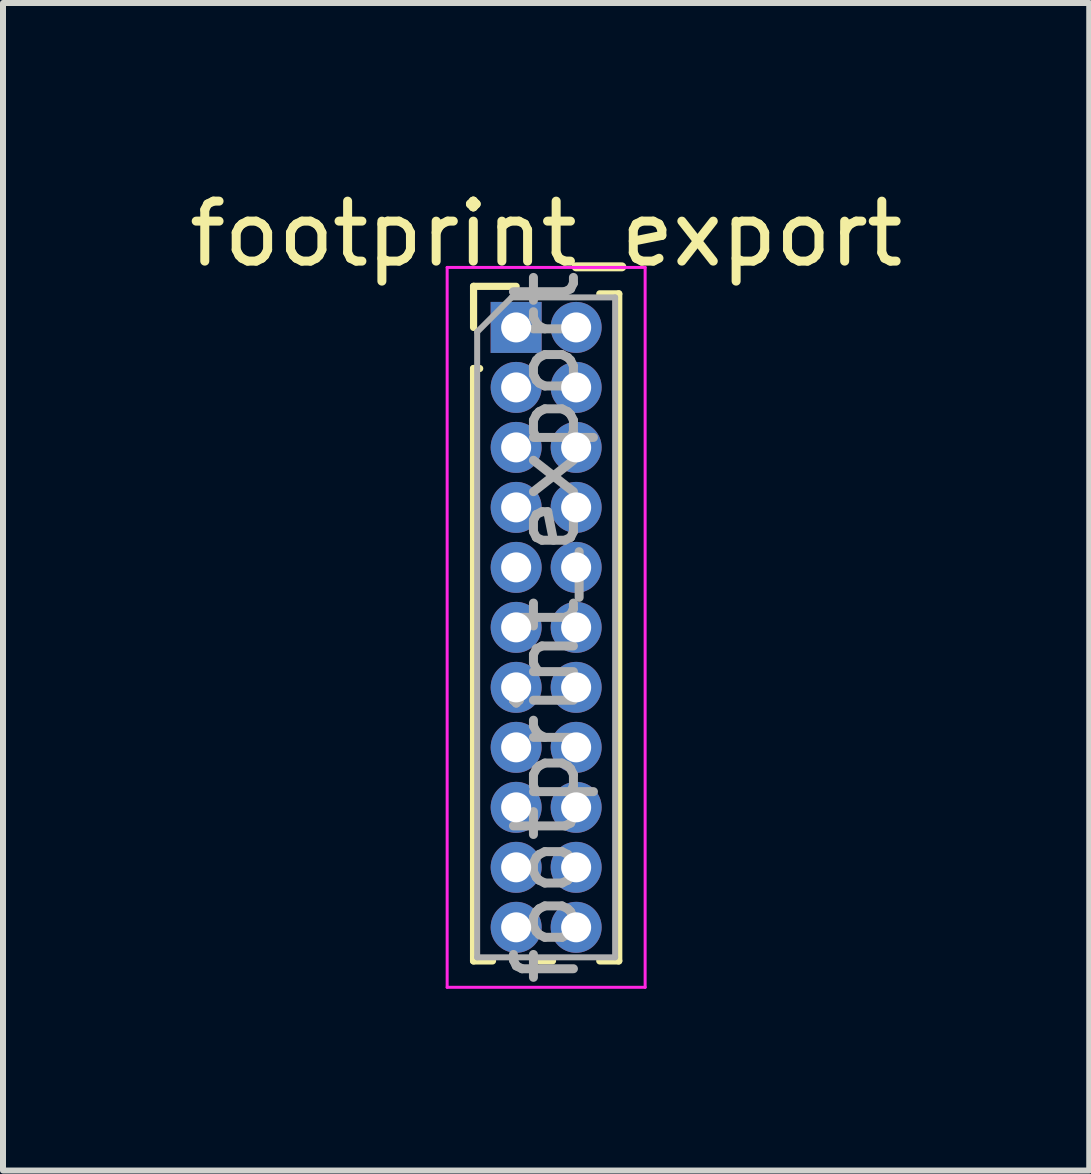
<source format=kicad_pcb>
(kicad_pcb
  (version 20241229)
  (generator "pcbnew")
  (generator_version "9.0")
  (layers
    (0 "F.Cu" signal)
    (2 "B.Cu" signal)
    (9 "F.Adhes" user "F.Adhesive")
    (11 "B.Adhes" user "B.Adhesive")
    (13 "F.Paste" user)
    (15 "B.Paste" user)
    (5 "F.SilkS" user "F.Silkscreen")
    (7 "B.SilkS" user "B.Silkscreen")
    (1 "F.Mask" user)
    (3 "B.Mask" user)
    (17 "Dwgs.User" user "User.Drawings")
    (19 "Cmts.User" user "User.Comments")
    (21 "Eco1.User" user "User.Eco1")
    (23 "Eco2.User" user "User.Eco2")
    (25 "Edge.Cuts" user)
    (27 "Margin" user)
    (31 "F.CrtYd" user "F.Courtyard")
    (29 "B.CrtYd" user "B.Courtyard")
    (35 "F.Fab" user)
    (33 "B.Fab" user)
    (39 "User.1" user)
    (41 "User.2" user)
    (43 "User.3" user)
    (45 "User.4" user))
  (footprint "footprint_export"
    (layer "F.Cu")
    (at 5.554 2.408)
    (property "Reference" "footprint_export" (at 0.5 -1.56 0) (layer "F.SilkS") (effects (font (size 1 1) (thickness 0.15))))
    (attr through_hole)
    (fp_line (start -0.71 -0.685) (end 0 -0.685) (stroke (width 0.12) (type solid)) (layer "F.SilkS"))
    (fp_line (start -0.71 0) (end -0.71 -0.685) (stroke (width 0.12) (type solid)) (layer "F.SilkS"))
    (fp_line (start -0.71 0.685) (end -0.71 10.56) (stroke (width 0.12) (type solid)) (layer "F.SilkS"))
    (fp_line (start -0.71 0.685) (end -0.608 0.685) (stroke (width 0.12) (type solid)) (layer "F.SilkS"))
    (fp_line (start -0.71 10.56) (end -0.394 10.56) (stroke (width 0.12) (type solid)) (layer "F.SilkS"))
    (fp_line (start 0.394 10.56) (end 0.606 10.56) (stroke (width 0.12) (type solid)) (layer "F.SilkS"))
    (fp_line (start 1.394 -0.56) (end 1.71 -0.56) (stroke (width 0.12) (type solid)) (layer "F.SilkS"))
    (fp_line (start 1.394 10.56) (end 1.71 10.56) (stroke (width 0.12) (type solid)) (layer "F.SilkS"))
    (fp_line (start 1.71 -0.56) (end 1.71 10.56) (stroke (width 0.12) (type solid)) (layer "F.SilkS"))
    (fp_line (start -1.15 -1) (end -1.15 11) (stroke (width 0.05) (type solid)) (layer "F.CrtYd"))
    (fp_line (start -1.15 11) (end 2.15 11) (stroke (width 0.05) (type solid)) (layer "F.CrtYd"))
    (fp_line (start 2.15 -1) (end -1.15 -1) (stroke (width 0.05) (type solid)) (layer "F.CrtYd"))
    (fp_line (start 2.15 11) (end 2.15 -1) (stroke (width 0.05) (type solid)) (layer "F.CrtYd"))
    (fp_line (start -0.65 0.075) (end -0.075 -0.5) (stroke (width 0.1) (type solid)) (layer "F.Fab"))
    (fp_line (start -0.65 10.5) (end -0.65 0.075) (stroke (width 0.1) (type solid)) (layer "F.Fab"))
    (fp_line (start -0.075 -0.5) (end 1.65 -0.5) (stroke (width 0.1) (type solid)) (layer "F.Fab"))
    (fp_line (start 1.65 -0.5) (end 1.65 10.5) (stroke (width 0.1) (type solid)) (layer "F.Fab"))
    (fp_line (start 1.65 10.5) (end -0.65 10.5) (stroke (width 0.1) (type solid)) (layer "F.Fab"))
    (fp_text user "${REFERENCE}" (at 0.5 5 90) (layer "F.Fab") (effects (font (size 1 1) (thickness 0.15))))
    (pad "1" thru_hole rect (at 0 0) (size 0.85 0.85) (drill 0.5) (layers "*.Cu" "*.Mask"))
    (pad "2" thru_hole oval (at 1 0) (size 0.85 0.85) (drill 0.5) (layers "*.Cu" "*.Mask"))
    (pad "3" thru_hole oval (at 0 1) (size 0.85 0.85) (drill 0.5) (layers "*.Cu" "*.Mask"))
    (pad "4" thru_hole oval (at 1 1) (size 0.85 0.85) (drill 0.5) (layers "*.Cu" "*.Mask"))
    (pad "5" thru_hole oval (at 0 2) (size 0.85 0.85) (drill 0.5) (layers "*.Cu" "*.Mask"))
    (pad "6" thru_hole oval (at 1 2) (size 0.85 0.85) (drill 0.5) (layers "*.Cu" "*.Mask"))
    (pad "7" thru_hole oval (at 0 3) (size 0.85 0.85) (drill 0.5) (layers "*.Cu" "*.Mask"))
    (pad "8" thru_hole oval (at 1 3) (size 0.85 0.85) (drill 0.5) (layers "*.Cu" "*.Mask"))
    (pad "9" thru_hole oval (at 0 4) (size 0.85 0.85) (drill 0.5) (layers "*.Cu" "*.Mask"))
    (pad "10" thru_hole oval (at 1 4) (size 0.85 0.85) (drill 0.5) (layers "*.Cu" "*.Mask"))
    (pad "11" thru_hole oval (at 0 5) (size 0.85 0.85) (drill 0.5) (layers "*.Cu" "*.Mask"))
    (pad "12" thru_hole oval (at 1 5) (size 0.85 0.85) (drill 0.5) (layers "*.Cu" "*.Mask"))
    (pad "13" thru_hole oval (at 0 6) (size 0.85 0.85) (drill 0.5) (layers "*.Cu" "*.Mask"))
    (pad "14" thru_hole oval (at 1 6) (size 0.85 0.85) (drill 0.5) (layers "*.Cu" "*.Mask"))
    (pad "15" thru_hole oval (at 0 7) (size 0.85 0.85) (drill 0.5) (layers "*.Cu" "*.Mask"))
    (pad "16" thru_hole oval (at 1 7) (size 0.85 0.85) (drill 0.5) (layers "*.Cu" "*.Mask"))
    (pad "17" thru_hole oval (at 0 8) (size 0.85 0.85) (drill 0.5) (layers "*.Cu" "*.Mask"))
    (pad "18" thru_hole oval (at 1 8) (size 0.85 0.85) (drill 0.5) (layers "*.Cu" "*.Mask"))
    (pad "19" thru_hole oval (at 0 9) (size 0.85 0.85) (drill 0.5) (layers "*.Cu" "*.Mask"))
    (pad "20" thru_hole oval (at 1 9) (size 0.85 0.85) (drill 0.5) (layers "*.Cu" "*.Mask"))
    (pad "21" thru_hole oval (at 0 10) (size 0.85 0.85) (drill 0.5) (layers "*.Cu" "*.Mask"))
    (pad "22" thru_hole oval (at 1 10) (size 0.85 0.85) (drill 0.5) (layers "*.Cu" "*.Mask")))
  (gr_rect
    (start -3 -3)
    (end 15.107 16.462)
    (stroke (width 0.1) (type default))
    (fill no)
    (layer "Edge.Cuts")))
</source>
